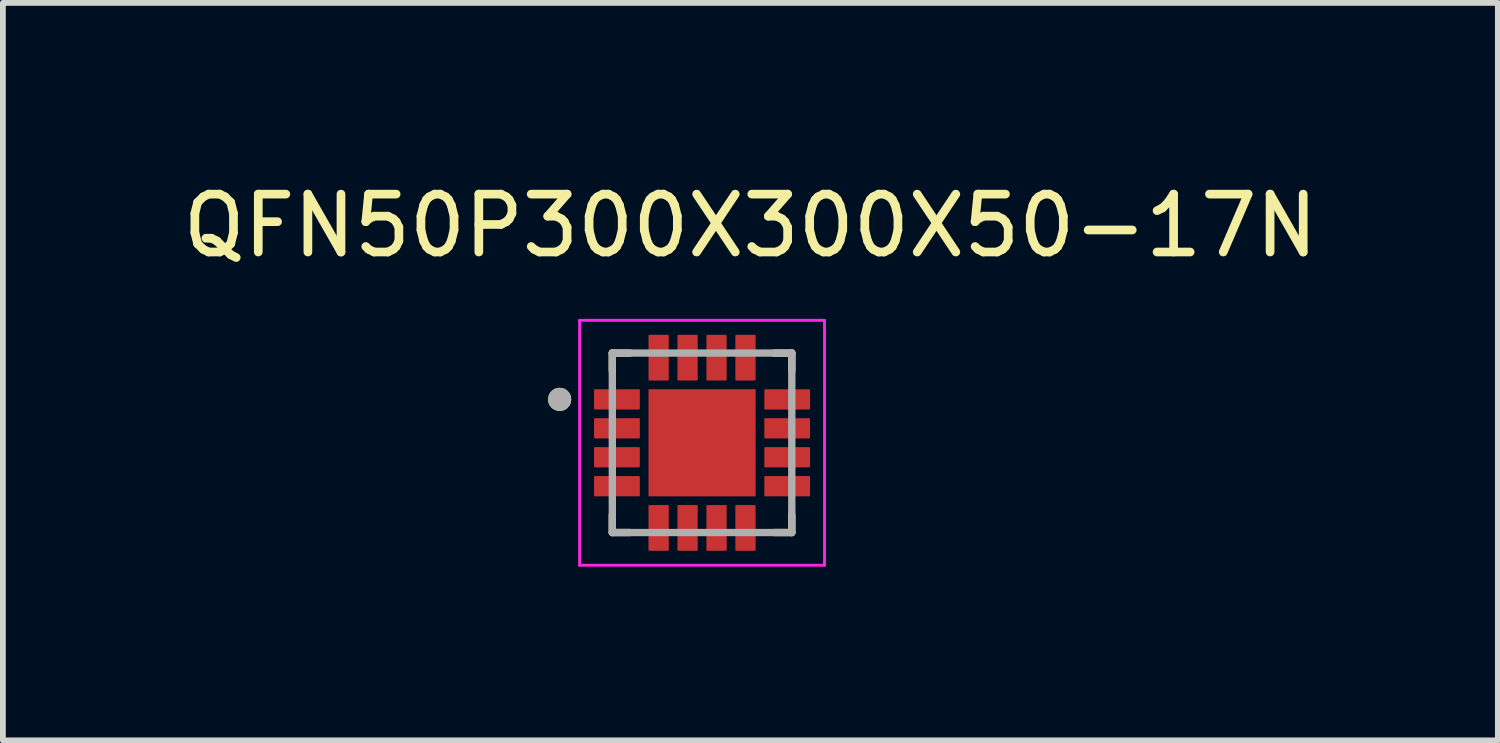
<source format=kicad_pcb>
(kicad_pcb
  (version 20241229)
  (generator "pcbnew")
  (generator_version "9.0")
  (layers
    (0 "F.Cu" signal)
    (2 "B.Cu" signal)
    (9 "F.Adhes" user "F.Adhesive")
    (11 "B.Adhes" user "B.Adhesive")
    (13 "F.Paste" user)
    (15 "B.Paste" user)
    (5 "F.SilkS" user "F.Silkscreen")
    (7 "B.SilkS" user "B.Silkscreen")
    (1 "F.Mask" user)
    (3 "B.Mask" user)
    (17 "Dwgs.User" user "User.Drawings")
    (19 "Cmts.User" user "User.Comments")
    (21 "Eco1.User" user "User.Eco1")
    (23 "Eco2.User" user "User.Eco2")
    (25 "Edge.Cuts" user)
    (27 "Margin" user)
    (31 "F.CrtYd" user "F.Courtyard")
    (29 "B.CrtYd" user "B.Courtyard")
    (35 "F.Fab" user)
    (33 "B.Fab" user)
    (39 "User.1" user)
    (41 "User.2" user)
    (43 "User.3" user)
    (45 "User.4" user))
  (footprint "QFN50P300X300X50-17N"
    (layer "F.Cu")
    (at 9.076 4.598)
    (property "Reference" "QFN50P300X300X50-17N" (at 0.835 -3.75 0) (layer "F.SilkS") (effects (font (size 1 1) (thickness 0.15))))
    (attr through_hole)
    (fp_line (start -1.55 -1.55) (end -1.55 -1.245) (stroke (width 0.127) (type solid)) (layer "F.SilkS"))
    (fp_line (start -1.55 -1.55) (end -1.245 -1.55) (stroke (width 0.127) (type solid)) (layer "F.SilkS"))
    (fp_line (start -1.55 1.55) (end -1.55 1.245) (stroke (width 0.127) (type solid)) (layer "F.SilkS"))
    (fp_line (start -1.55 1.55) (end -1.245 1.55) (stroke (width 0.127) (type solid)) (layer "F.SilkS"))
    (fp_line (start 1.55 -1.55) (end 1.245 -1.55) (stroke (width 0.127) (type solid)) (layer "F.SilkS"))
    (fp_line (start 1.55 -1.55) (end 1.55 -1.245) (stroke (width 0.127) (type solid)) (layer "F.SilkS"))
    (fp_line (start 1.55 1.55) (end 1.245 1.55) (stroke (width 0.127) (type solid)) (layer "F.SilkS"))
    (fp_line (start 1.55 1.55) (end 1.55 1.245) (stroke (width 0.127) (type solid)) (layer "F.SilkS"))
    (fp_circle (center -2.46 -0.75) (end -2.36 -0.75) (stroke (width 0.2) (type solid)) (fill no) (layer "F.SilkS"))
    (fp_poly (pts (xy -0.59 -0.59) (xy 0.59 -0.59) (xy 0.59 0.59) (xy -0.59 0.59)) (stroke (width 0.01) (type solid)) (fill yes) (layer "F.Paste"))
    (fp_line (start -2.115 -2.115) (end 2.115 -2.115) (stroke (width 0.05) (type solid)) (layer "F.CrtYd"))
    (fp_line (start -2.115 2.115) (end -2.115 -2.115) (stroke (width 0.05) (type solid)) (layer "F.CrtYd"))
    (fp_line (start -2.115 2.115) (end 2.115 2.115) (stroke (width 0.05) (type solid)) (layer "F.CrtYd"))
    (fp_line (start 2.115 2.115) (end 2.115 -2.115) (stroke (width 0.05) (type solid)) (layer "F.CrtYd"))
    (fp_line (start -1.55 1.55) (end -1.55 -1.55) (stroke (width 0.127) (type solid)) (layer "F.Fab"))
    (fp_line (start 1.55 -1.55) (end -1.55 -1.55) (stroke (width 0.127) (type solid)) (layer "F.Fab"))
    (fp_line (start 1.55 1.55) (end -1.55 1.55) (stroke (width 0.127) (type solid)) (layer "F.Fab"))
    (fp_line (start 1.55 1.55) (end 1.55 -1.55) (stroke (width 0.127) (type solid)) (layer "F.Fab"))
    (fp_circle (center -2.46 -0.75) (end -2.36 -0.75) (stroke (width 0.2) (type solid)) (fill no) (layer "F.Fab"))
    (pad "1" smd roundrect (at -1.47 -0.75) (size 0.79 0.35) (layers "F.Cu" "F.Mask" "F.Paste") (roundrect_rratio 0.04))
    (pad "2" smd roundrect (at -1.47 -0.25) (size 0.79 0.35) (layers "F.Cu" "F.Mask" "F.Paste") (roundrect_rratio 0.04))
    (pad "3" smd roundrect (at -1.47 0.25) (size 0.79 0.35) (layers "F.Cu" "F.Mask" "F.Paste") (roundrect_rratio 0.04))
    (pad "4" smd roundrect (at -1.47 0.75) (size 0.79 0.35) (layers "F.Cu" "F.Mask" "F.Paste") (roundrect_rratio 0.04))
    (pad "5" smd roundrect (at -0.75 1.47 90) (size 0.79 0.35) (layers "F.Cu" "F.Mask" "F.Paste") (roundrect_rratio 0.04))
    (pad "6" smd roundrect (at -0.25 1.47 90) (size 0.79 0.35) (layers "F.Cu" "F.Mask" "F.Paste") (roundrect_rratio 0.04))
    (pad "7" smd roundrect (at 0.25 1.47 90) (size 0.79 0.35) (layers "F.Cu" "F.Mask" "F.Paste") (roundrect_rratio 0.04))
    (pad "8" smd roundrect (at 0.75 1.47 90) (size 0.79 0.35) (layers "F.Cu" "F.Mask" "F.Paste") (roundrect_rratio 0.04))
    (pad "9" smd roundrect (at 1.47 0.75) (size 0.79 0.35) (layers "F.Cu" "F.Mask" "F.Paste") (roundrect_rratio 0.04))
    (pad "10" smd roundrect (at 1.47 0.25) (size 0.79 0.35) (layers "F.Cu" "F.Mask" "F.Paste") (roundrect_rratio 0.04))
    (pad "11" smd roundrect (at 1.47 -0.25) (size 0.79 0.35) (layers "F.Cu" "F.Mask" "F.Paste") (roundrect_rratio 0.04))
    (pad "12" smd roundrect (at 1.47 -0.75) (size 0.79 0.35) (layers "F.Cu" "F.Mask" "F.Paste") (roundrect_rratio 0.04))
    (pad "13" smd roundrect (at 0.75 -1.47 90) (size 0.79 0.35) (layers "F.Cu" "F.Mask" "F.Paste") (roundrect_rratio 0.04))
    (pad "14" smd roundrect (at 0.25 -1.47 90) (size 0.79 0.35) (layers "F.Cu" "F.Mask" "F.Paste") (roundrect_rratio 0.04))
    (pad "15" smd roundrect (at -0.25 -1.47 90) (size 0.79 0.35) (layers "F.Cu" "F.Mask" "F.Paste") (roundrect_rratio 0.04))
    (pad "16" smd roundrect (at -0.75 -1.47 90) (size 0.79 0.35) (layers "F.Cu" "F.Mask" "F.Paste") (roundrect_rratio 0.04))
    (pad "17" smd rect (at 0 0) (size 1.85 1.85) (layers "F.Cu" "F.Mask")))
  (gr_rect
    (start -3 -3)
    (end 22.821 9.738)
    (stroke (width 0.1) (type default))
    (fill no)
    (layer "Edge.Cuts")))
</source>
